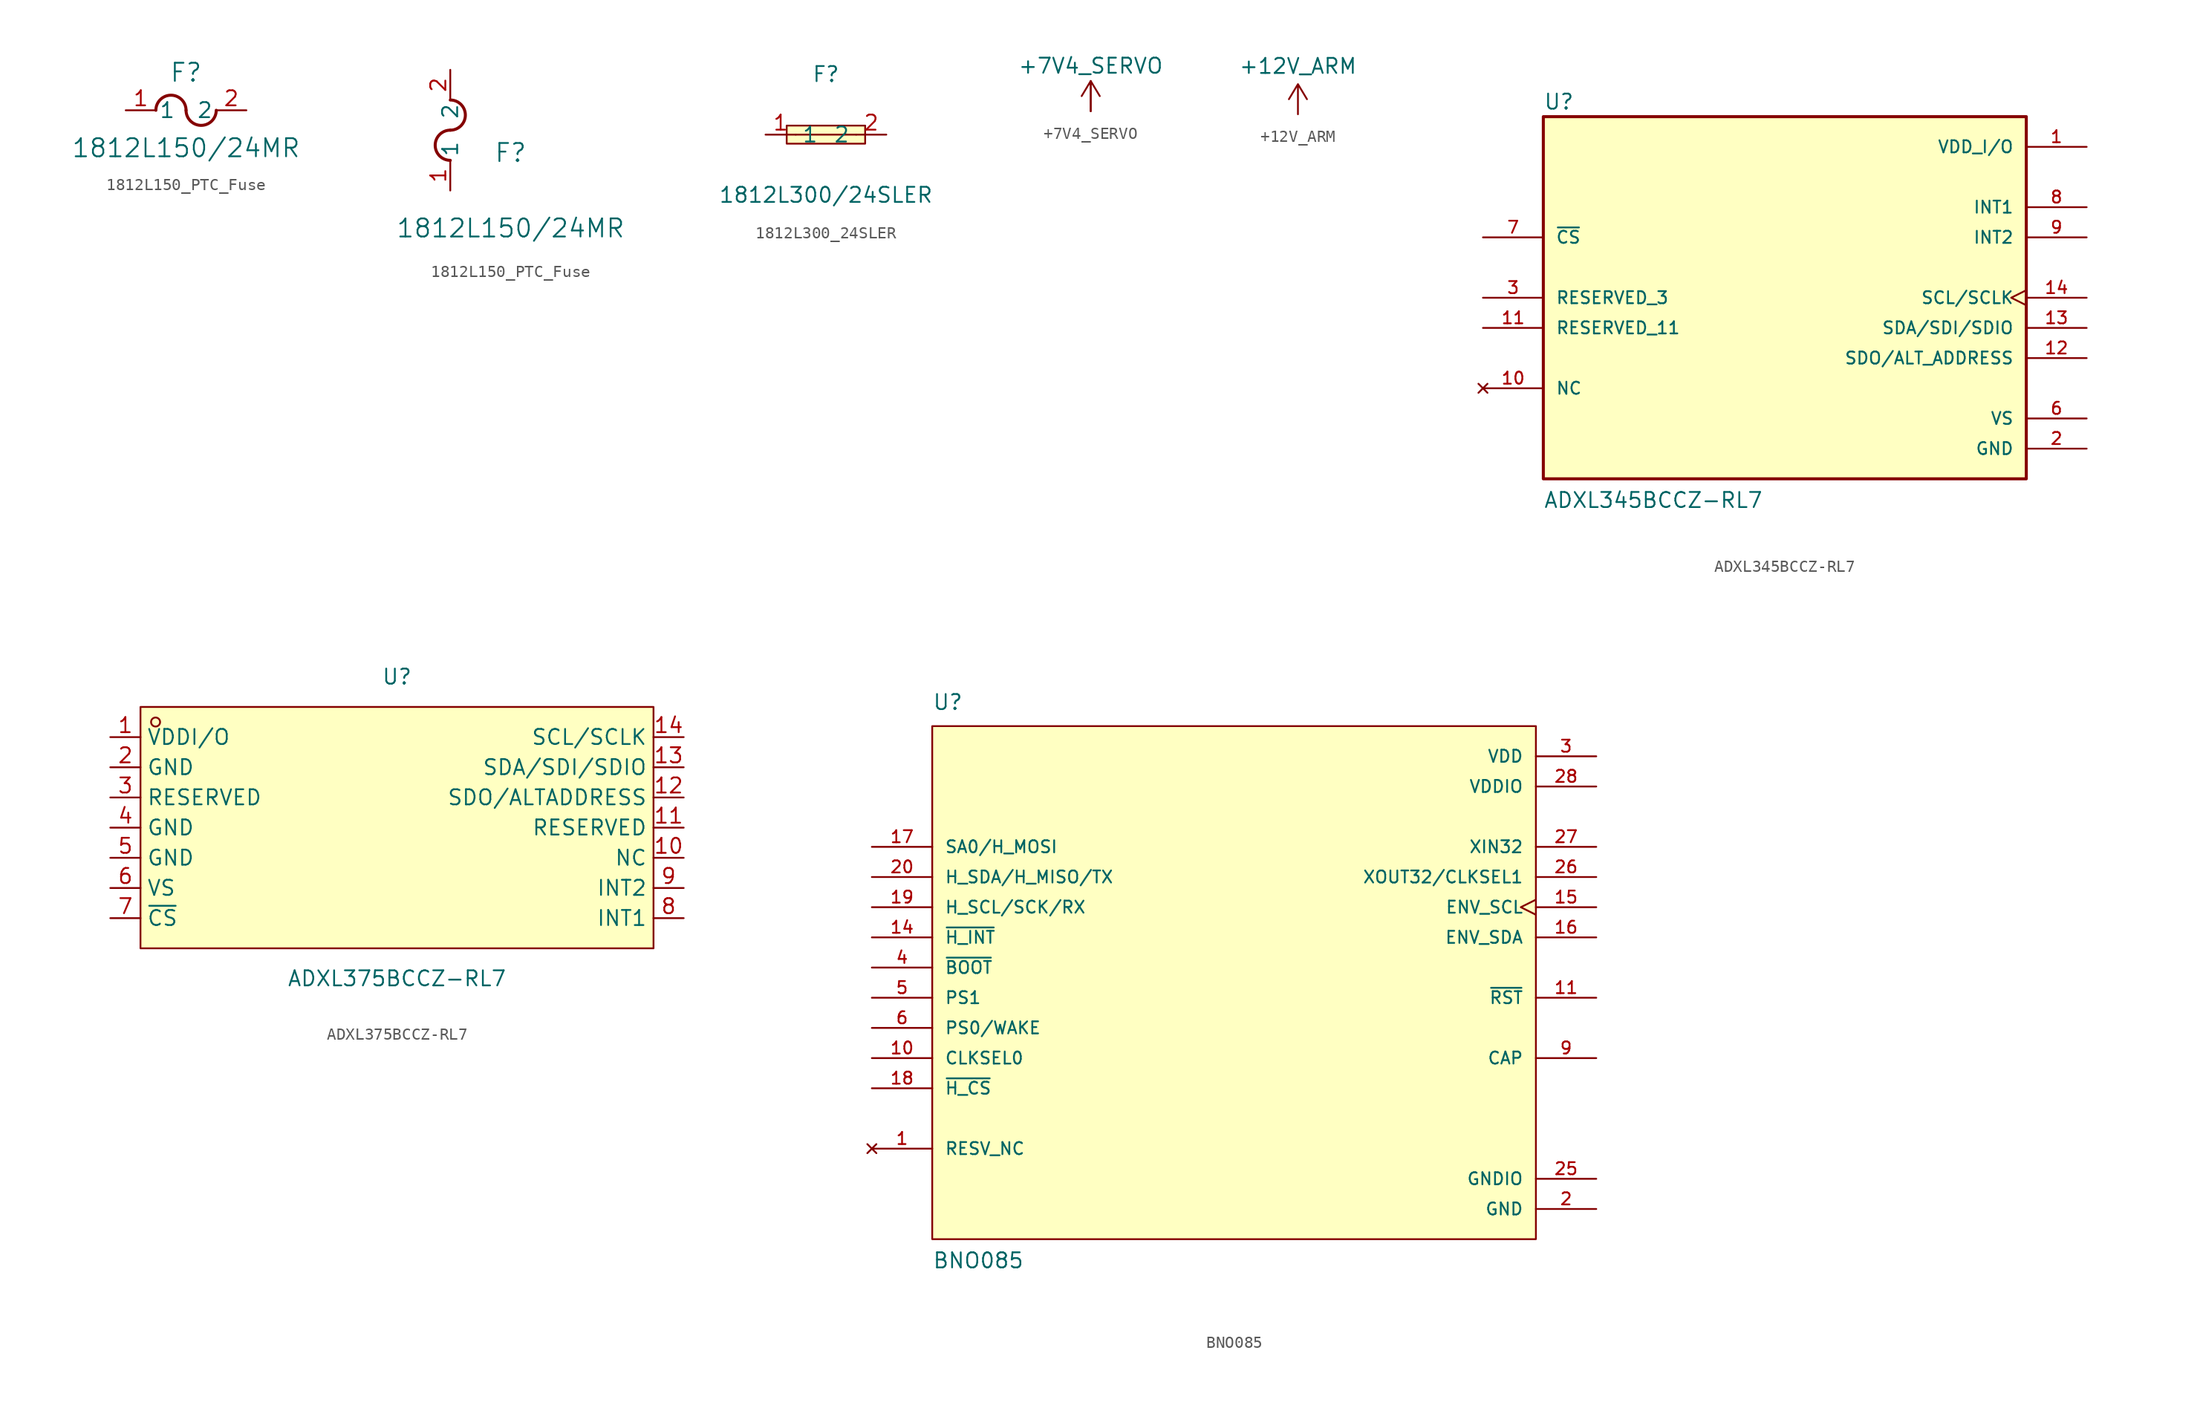
<source format=kicad_sym>
(kicad_symbol_lib
  (version 20241209)
  (generator "kicad_symbol_editor")
  (generator_version "9.0")
  (symbol "1812L150_PTC_Fuse"
    (pin_names
      (offset 0.254))
    (property "Reference" "F"
      (at 5.08 3.175 0)
      (effects (font (size 1.524 1.524))))
    (property "Value" "1812L150/24MR"
      (at 5.08 -3.175 0)
      (effects (font (size 1.524 1.524))))
    (property "ki_locked" ""
      (at 0 0 0)
      (effects (font (size 1.27 1.27))))
    (symbol "1812L150_PTC_Fuse_1_1"
      (arc (start 2.54 0) (mid 3.81 1.2645) (end 5.08 0) (stroke (width 0.254) (type default)) (fill (type none)))
      (arc (start 7.62 0) (mid 6.35 -1.2645) (end 5.08 0) (stroke (width 0.254) (type default)) (fill (type none)))
      (pin passive line (at 0 0 0) (length 2.54) (name "1" (effects (font (size 1.27 1.27)))) (number "1" (effects (font (size 1.27 1.27)))))
      (pin passive line (at 10.16 0 180) (length 2.54) (name "2" (effects (font (size 1.27 1.27)))) (number "2" (effects (font (size 1.27 1.27))))))
    (symbol "1812L150_PTC_Fuse_1_2"
      (arc (start 0 7.62) (mid 1.2645 6.35) (end 0 5.08) (stroke (width 0.254) (type default)) (fill (type none)))
      (arc (start 0 2.54) (mid -1.2645 3.81) (end 0 5.08) (stroke (width 0.254) (type default)) (fill (type none)))
      (pin unspecified line (at 0 10.16 270) (length 2.54) (name "2" (effects (font (size 1.27 1.27)))) (number "2" (effects (font (size 1.27 1.27)))))
      (pin unspecified line (at 0 0 90) (length 2.54) (name "1" (effects (font (size 1.27 1.27)))) (number "1" (effects (font (size 1.27 1.27)))))))
  (symbol "1812L300_24SLER"
    (property "Reference" "F"
      (at 0 5.08 0)
      (effects (font (size 1.27 1.27))))
    (property "Value" "1812L300/24SLER"
      (at 0 -5.08 0)
      (effects (font (size 1.27 1.27))))
    (symbol "1812L300_24SLER_0_1"
      (rectangle (start -3.3 0.76) (end 3.3 -0.76) (stroke (width 0) (type default)) (fill (type background)))
      (polyline (pts (xy -2.54 0) (xy 2.54 0)) (stroke (width 0) (type default)) (fill (type none))))
    (symbol "1812L300_24SLER_1_1"
      (pin passive line (at -5.08 0 0) (length 2.54) (name "1" (effects (font (size 1.27 1.27)))) (number "1" (effects (font (size 1.27 1.27)))))
      (pin passive line (at 5.08 0 180) (length 2.54) (name "2" (effects (font (size 1.27 1.27)))) (number "2" (effects (font (size 1.27 1.27)))))))
  (symbol "+7V4_SERVO"
    (power)
    (property "Reference" "#PWR"
      (at 0 0 0)
      (effects (font (size 1.27 1.27)) (hide yes)))
    (property "Value" "+7V4_SERVO"
      (at 0 3.81 0)
      (effects (font (size 1.27 1.27))))
    (symbol "+7V4_SERVO_0_1"
      (polyline (pts (xy 0 0) (xy 0 2.54)) (stroke (width 0) (type default)) (fill (type none)))
      (polyline (pts (xy 0 0) (xy 0 2.54) (xy -0.762 1.27) (xy 0 2.54) (xy 0.762 1.27)) (stroke (width 0) (type default)) (fill (type none))))
    (symbol "+7V4_SERVO_1_1"
      (pin power_in line (at 0 0 90) (length 2.54) (hide yes) (name "#7V4_SERVO" (effects (font (size 1.27 1.27)))) (number "1" (effects (font (size 1.27 1.27)))))))
  (symbol "+12V_ARM"
    (power)
    (property "Reference" "#PWR"
      (at 0 0 0)
      (effects (font (size 1.27 1.27)) (hide yes)))
    (property "Value" "+12V_ARM"
      (at 0 4.064 0)
      (effects (font (size 1.27 1.27))))
    (symbol "+12V_ARM_0_1"
      (polyline (pts (xy 0 0) (xy 0 2.54) (xy -0.762 1.27) (xy 0 2.54) (xy 0.762 1.27)) (stroke (width 0) (type default)) (fill (type none))))
    (symbol "+12V_ARM_1_1"
      (pin power_in line (at 0 0 90) (length 2.54) (hide yes) (name "+12V_ARM" (effects (font (size 1.27 1.27)))) (number "" (effects (font (size 1.27 1.27)))))))
  (symbol "ADXL345BCCZ-RL7"
    (pin_names
      (offset 1.016))
    (property "Reference" "U"
      (at -20.32 15.748 0)
      (effects (font (size 1.27 1.27)) (justify left bottom)))
    (property "Value" "ADXL345BCCZ-RL7"
      (at -20.32 -17.78 0)
      (effects (font (size 1.27 1.27)) (justify left bottom)))
    (symbol "ADXL345BCCZ-RL7_0_0"
      (rectangle (start -20.32 -15.24) (end 20.32 15.24) (stroke (width 0.254) (type default)) (fill (type background)))
      (pin input line (at -25.4 5.08 0) (length 5.08) (name "~{CS}" (effects (font (size 1.016 1.016)))) (number "7" (effects (font (size 1.016 1.016)))))
      (pin passive line (at -25.4 0 0) (length 5.08) (name "RESERVED_3" (effects (font (size 1.016 1.016)))) (number "3" (effects (font (size 1.016 1.016)))))
      (pin passive line (at -25.4 -2.54 0) (length 5.08) (name "RESERVED_11" (effects (font (size 1.016 1.016)))) (number "11" (effects (font (size 1.016 1.016)))))
      (pin no_connect line (at -25.4 -7.62 0) (length 5.08) (name "NC" (effects (font (size 1.016 1.016)))) (number "10" (effects (font (size 1.016 1.016)))))
      (pin power_in line (at 25.4 12.7 180) (length 5.08) (name "VDD_I/O" (effects (font (size 1.016 1.016)))) (number "1" (effects (font (size 1.016 1.016)))))
      (pin output line (at 25.4 7.62 180) (length 5.08) (name "INT1" (effects (font (size 1.016 1.016)))) (number "8" (effects (font (size 1.016 1.016)))))
      (pin output line (at 25.4 5.08 180) (length 5.08) (name "INT2" (effects (font (size 1.016 1.016)))) (number "9" (effects (font (size 1.016 1.016)))))
      (pin bidirectional clock (at 25.4 0 180) (length 5.08) (name "SCL/SCLK" (effects (font (size 1.016 1.016)))) (number "14" (effects (font (size 1.016 1.016)))))
      (pin bidirectional line (at 25.4 -2.54 180) (length 5.08) (name "SDA/SDI/SDIO" (effects (font (size 1.016 1.016)))) (number "13" (effects (font (size 1.016 1.016)))))
      (pin output line (at 25.4 -5.08 180) (length 5.08) (name "SDO/ALT_ADDRESS" (effects (font (size 1.016 1.016)))) (number "12" (effects (font (size 1.016 1.016)))))
      (pin power_in line (at 25.4 -10.16 180) (length 5.08) (name "VS" (effects (font (size 1.016 1.016)))) (number "6" (effects (font (size 1.016 1.016)))))
      (pin power_in line (at 25.4 -12.7 180) (length 5.08) (name "GND" (effects (font (size 1.016 1.016)))) (number "2" (effects (font (size 1.016 1.016)))))
      (pin power_in line (at 25.4 -12.7 180) (length 5.08) (hide yes) (name "GND" (effects (font (size 1.016 1.016)))) (number "4" (effects (font (size 1.016 1.016)))))
      (pin power_in line (at 25.4 -12.7 180) (length 5.08) (hide yes) (name "GND" (effects (font (size 1.016 1.016)))) (number "5" (effects (font (size 1.016 1.016)))))))
  (symbol "ADXL375BCCZ-RL7"
    (property "Reference" "U"
      (at 0 12.7 0)
      (effects (font (size 1.27 1.27))))
    (property "Value" "ADXL375BCCZ-RL7"
      (at 0 -12.7 0)
      (effects (font (size 1.27 1.27))))
    (symbol "ADXL375BCCZ-RL7_0_1"
      (rectangle (start -21.59 10.16) (end 21.59 -10.16) (stroke (width 0) (type default)) (fill (type background)))
      (circle (center -20.32 8.89) (radius 0.38) (stroke (width 0) (type default)) (fill (type none)))
      (pin unspecified line (at 24.13 -2.54 180) (length 2.54) (name "NC" (effects (font (size 1.27 1.27)))) (number "10" (effects (font (size 1.27 1.27)))))
      (pin unspecified line (at 24.13 -5.08 180) (length 2.54) (name "INT2" (effects (font (size 1.27 1.27)))) (number "9" (effects (font (size 1.27 1.27))))))
    (symbol "ADXL375BCCZ-RL7_1_1"
      (pin power_in line (at -24.13 7.62 0) (length 2.54) (name "VDDI/O" (effects (font (size 1.27 1.27)))) (number "1" (effects (font (size 1.27 1.27)))))
      (pin power_in line (at -24.13 5.08 0) (length 2.54) (name "GND" (effects (font (size 1.27 1.27)))) (number "2" (effects (font (size 1.27 1.27)))))
      (pin power_in line (at -24.13 2.54 0) (length 2.54) (name "RESERVED" (effects (font (size 1.27 1.27)))) (number "3" (effects (font (size 1.27 1.27)))))
      (pin power_in line (at -24.13 0 0) (length 2.54) (name "GND" (effects (font (size 1.27 1.27)))) (number "4" (effects (font (size 1.27 1.27)))))
      (pin power_in line (at -24.13 -2.54 0) (length 2.54) (name "GND" (effects (font (size 1.27 1.27)))) (number "5" (effects (font (size 1.27 1.27)))))
      (pin power_in line (at -24.13 -5.08 0) (length 2.54) (name "VS" (effects (font (size 1.27 1.27)))) (number "6" (effects (font (size 1.27 1.27)))))
      (pin input line (at -24.13 -7.62 0) (length 2.54) (name "~{CS}" (effects (font (size 1.27 1.27)))) (number "7" (effects (font (size 1.27 1.27)))))
      (pin input line (at 24.13 7.62 180) (length 2.54) (name "SCL/SCLK" (effects (font (size 1.27 1.27)))) (number "14" (effects (font (size 1.27 1.27)))))
      (pin bidirectional line (at 24.13 5.08 180) (length 2.54) (name "SDA/SDI/SDIO" (effects (font (size 1.27 1.27)))) (number "13" (effects (font (size 1.27 1.27)))))
      (pin bidirectional line (at 24.13 2.54 180) (length 2.54) (name "SDO/ALTADDRESS" (effects (font (size 1.27 1.27)))) (number "12" (effects (font (size 1.27 1.27)))))
      (pin power_in line (at 24.13 0 180) (length 2.54) (name "RESERVED" (effects (font (size 1.27 1.27)))) (number "11" (effects (font (size 1.27 1.27)))))
      (pin output line (at 24.13 -7.62 180) (length 2.54) (name "INT1" (effects (font (size 1.27 1.27)))) (number "8" (effects (font (size 1.27 1.27)))))))
  (symbol "BNO085"
    (pin_names
      (offset 1.016))
    (property "Reference" "U"
      (at -25.4 21.59 0)
      (effects (font (size 1.27 1.27)) (justify left bottom)))
    (property "Value" "BNO085"
      (at -25.4 -25.4 0)
      (effects (font (size 1.27 1.27)) (justify left bottom)))
    (symbol "BNO085_0_0"
      (rectangle (start -25.4 -22.86) (end 25.4 20.32) (stroke (width 0.152) (type default)) (fill (type background)))
      (pin input line (at -30.48 10.16 0) (length 5.08) (name "SA0/H_MOSI" (effects (font (size 1.016 1.016)))) (number "17" (effects (font (size 1.016 1.016)))))
      (pin bidirectional line (at -30.48 7.62 0) (length 5.08) (name "H_SDA/H_MISO/TX" (effects (font (size 1.016 1.016)))) (number "20" (effects (font (size 1.016 1.016)))))
      (pin bidirectional line (at -30.48 5.08 0) (length 5.08) (name "H_SCL/SCK/RX" (effects (font (size 1.016 1.016)))) (number "19" (effects (font (size 1.016 1.016)))))
      (pin output line (at -30.48 2.54 0) (length 5.08) (name "~{H_INT}" (effects (font (size 1.016 1.016)))) (number "14" (effects (font (size 1.016 1.016)))))
      (pin input line (at -30.48 0 0) (length 5.08) (name "~{BOOT}" (effects (font (size 1.016 1.016)))) (number "4" (effects (font (size 1.016 1.016)))))
      (pin input line (at -30.48 -2.54 0) (length 5.08) (name "PS1" (effects (font (size 1.016 1.016)))) (number "5" (effects (font (size 1.016 1.016)))))
      (pin input line (at -30.48 -5.08 0) (length 5.08) (name "PS0/WAKE" (effects (font (size 1.016 1.016)))) (number "6" (effects (font (size 1.016 1.016)))))
      (pin input line (at -30.48 -7.62 0) (length 5.08) (name "CLKSEL0" (effects (font (size 1.016 1.016)))) (number "10" (effects (font (size 1.016 1.016)))))
      (pin input line (at -30.48 -10.16 0) (length 5.08) (name "~{H_CS}" (effects (font (size 1.016 1.016)))) (number "18" (effects (font (size 1.016 1.016)))))
      (pin no_connect line (at -30.48 -15.24 0) (length 5.08) (name "RESV_NC" (effects (font (size 1.016 1.016)))) (number "1" (effects (font (size 1.016 1.016)))))
      (pin no_connect line (at -30.48 -15.24 0) (length 5.08) (hide yes) (name "RESV_NC" (effects (font (size 1.016 1.016)))) (number "12" (effects (font (size 1.016 1.016)))))
      (pin no_connect line (at -30.48 -15.24 0) (length 5.08) (hide yes) (name "RESV_NC" (effects (font (size 1.016 1.016)))) (number "13" (effects (font (size 1.016 1.016)))))
      (pin no_connect line (at -30.48 -15.24 0) (length 5.08) (hide yes) (name "RESV_NC" (effects (font (size 1.016 1.016)))) (number "21" (effects (font (size 1.016 1.016)))))
      (pin no_connect line (at -30.48 -15.24 0) (length 5.08) (hide yes) (name "RESV_NC" (effects (font (size 1.016 1.016)))) (number "22" (effects (font (size 1.016 1.016)))))
      (pin no_connect line (at -30.48 -15.24 0) (length 5.08) (hide yes) (name "RESV_NC" (effects (font (size 1.016 1.016)))) (number "23" (effects (font (size 1.016 1.016)))))
      (pin no_connect line (at -30.48 -15.24 0) (length 5.08) (hide yes) (name "RESV_NC" (effects (font (size 1.016 1.016)))) (number "24" (effects (font (size 1.016 1.016)))))
      (pin no_connect line (at -30.48 -15.24 0) (length 5.08) (hide yes) (name "RESV_NC" (effects (font (size 1.016 1.016)))) (number "7" (effects (font (size 1.016 1.016)))))
      (pin no_connect line (at -30.48 -15.24 0) (length 5.08) (hide yes) (name "RESV_NC" (effects (font (size 1.016 1.016)))) (number "8" (effects (font (size 1.016 1.016)))))
      (pin power_in line (at 30.48 17.78 180) (length 5.08) (name "VDD" (effects (font (size 1.016 1.016)))) (number "3" (effects (font (size 1.016 1.016)))))
      (pin power_in line (at 30.48 15.24 180) (length 5.08) (name "VDDIO" (effects (font (size 1.016 1.016)))) (number "28" (effects (font (size 1.016 1.016)))))
      (pin input line (at 30.48 10.16 180) (length 5.08) (name "XIN32" (effects (font (size 1.016 1.016)))) (number "27" (effects (font (size 1.016 1.016)))))
      (pin output line (at 30.48 7.62 180) (length 5.08) (name "XOUT32/CLKSEL1" (effects (font (size 1.016 1.016)))) (number "26" (effects (font (size 1.016 1.016)))))
      (pin bidirectional clock (at 30.48 5.08 180) (length 5.08) (name "ENV_SCL" (effects (font (size 1.016 1.016)))) (number "15" (effects (font (size 1.016 1.016)))))
      (pin bidirectional line (at 30.48 2.54 180) (length 5.08) (name "ENV_SDA" (effects (font (size 1.016 1.016)))) (number "16" (effects (font (size 1.016 1.016)))))
      (pin input line (at 30.48 -2.54 180) (length 5.08) (name "~{RST}" (effects (font (size 1.016 1.016)))) (number "11" (effects (font (size 1.016 1.016)))))
      (pin passive line (at 30.48 -7.62 180) (length 5.08) (name "CAP" (effects (font (size 1.016 1.016)))) (number "9" (effects (font (size 1.016 1.016)))))
      (pin power_in line (at 30.48 -17.78 180) (length 5.08) (name "GNDIO" (effects (font (size 1.016 1.016)))) (number "25" (effects (font (size 1.016 1.016)))))
      (pin power_in line (at 30.48 -20.32 180) (length 5.08) (name "GND" (effects (font (size 1.016 1.016)))) (number "2" (effects (font (size 1.016 1.016))))))))
</source>
